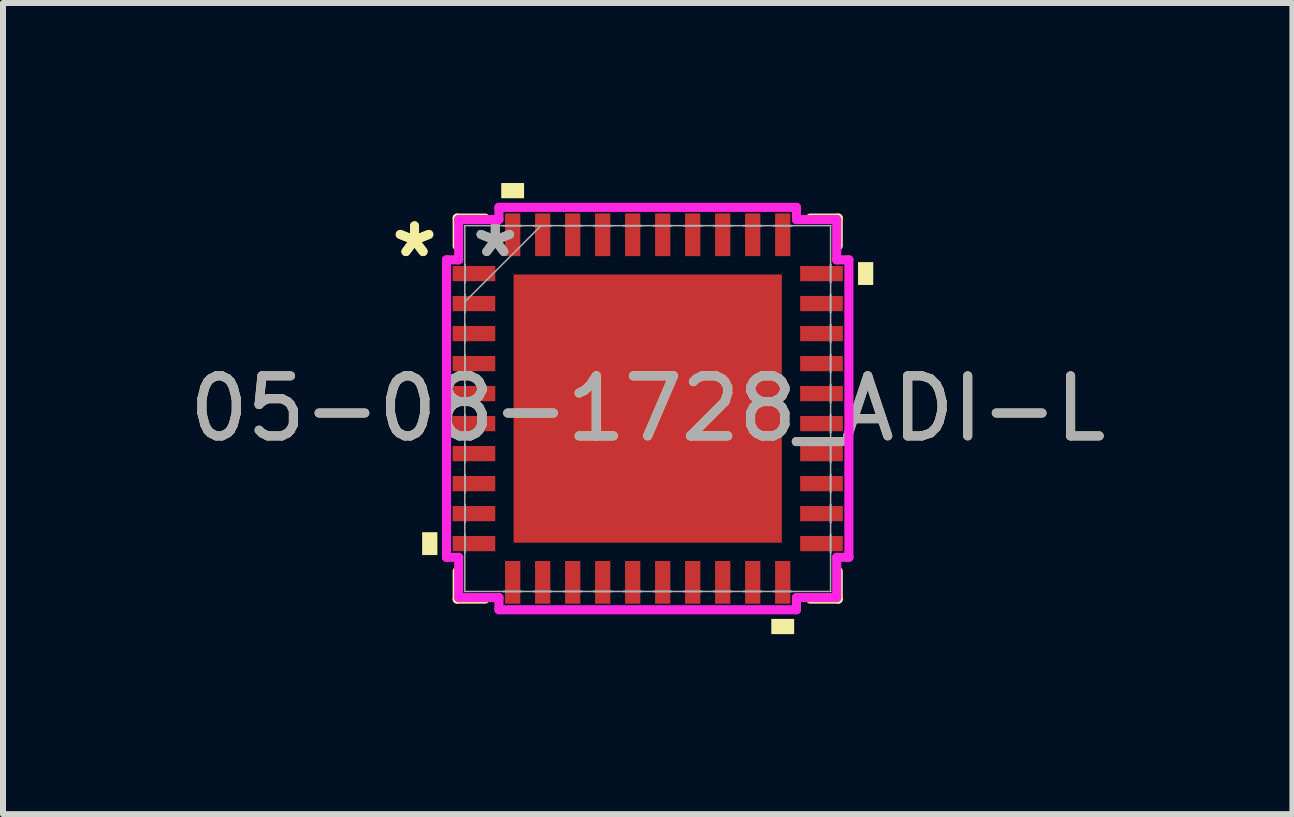
<source format=kicad_pcb>
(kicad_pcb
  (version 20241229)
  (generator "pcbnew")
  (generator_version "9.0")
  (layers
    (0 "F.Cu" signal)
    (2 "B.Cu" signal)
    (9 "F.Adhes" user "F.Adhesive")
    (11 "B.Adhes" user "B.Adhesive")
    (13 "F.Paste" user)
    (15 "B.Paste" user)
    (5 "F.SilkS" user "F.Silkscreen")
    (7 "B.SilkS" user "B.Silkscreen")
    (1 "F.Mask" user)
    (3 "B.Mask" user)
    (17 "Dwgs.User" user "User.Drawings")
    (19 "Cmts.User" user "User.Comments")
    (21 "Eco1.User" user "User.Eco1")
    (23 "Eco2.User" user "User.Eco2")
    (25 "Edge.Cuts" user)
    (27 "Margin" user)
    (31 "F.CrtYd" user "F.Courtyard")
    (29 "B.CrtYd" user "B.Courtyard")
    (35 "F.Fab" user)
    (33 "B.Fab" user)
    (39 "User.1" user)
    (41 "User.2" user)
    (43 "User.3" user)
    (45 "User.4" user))
  (footprint "05-08-1728_ADI-L"
    (layer "F.Cu")
    (at 7.744 3.759)
    (property "Reference" "05-08-1728_ADI-L" (at 0 0 0) (unlocked yes) (layer "F.SilkS") (effects (font (size 1 1) (thickness 0.15))))
    (attr smd)
    (fp_line (start -3.175 -3.175) (end -3.175 -2.71) (stroke (width 0.152) (type solid)) (layer "F.SilkS"))
    (fp_line (start -3.175 2.71) (end -3.175 3.175) (stroke (width 0.152) (type solid)) (layer "F.SilkS"))
    (fp_line (start -3.175 3.175) (end -2.71 3.175) (stroke (width 0.152) (type solid)) (layer "F.SilkS"))
    (fp_line (start -2.71 -3.175) (end -3.175 -3.175) (stroke (width 0.152) (type solid)) (layer "F.SilkS"))
    (fp_line (start 2.71 3.175) (end 3.175 3.175) (stroke (width 0.152) (type solid)) (layer "F.SilkS"))
    (fp_line (start 3.175 -3.175) (end 2.71 -3.175) (stroke (width 0.152) (type solid)) (layer "F.SilkS"))
    (fp_line (start 3.175 -2.71) (end 3.175 -3.175) (stroke (width 0.152) (type solid)) (layer "F.SilkS"))
    (fp_line (start 3.175 3.175) (end 3.175 2.71) (stroke (width 0.152) (type solid)) (layer "F.SilkS"))
    (fp_poly (pts (xy -3.759 2.06) (xy -3.759 2.441) (xy -3.505 2.441) (xy -3.505 2.06)) (stroke (width 0) (type solid)) (fill yes) (layer "F.SilkS"))
    (fp_poly (pts (xy -2.441 -3.505) (xy -2.441 -3.759) (xy -2.06 -3.759) (xy -2.06 -3.505)) (stroke (width 0) (type solid)) (fill yes) (layer "F.SilkS"))
    (fp_poly (pts (xy 2.06 3.505) (xy 2.06 3.759) (xy 2.441 3.759) (xy 2.441 3.505)) (stroke (width 0) (type solid)) (fill yes) (layer "F.SilkS"))
    (fp_poly (pts (xy 3.759 -2.441) (xy 3.759 -2.06) (xy 3.505 -2.06) (xy 3.505 -2.441)) (stroke (width 0) (type solid)) (fill yes) (layer "F.SilkS"))
    (fp_poly (pts (xy -2.135 -2.135) (xy -2.135 -0.845) (xy -0.845 -0.845) (xy -0.845 -2.135)) (stroke (width 0) (type solid)) (fill yes) (layer "F.Paste"))
    (fp_poly (pts (xy -2.135 -0.645) (xy -2.135 0.645) (xy -0.845 0.645) (xy -0.845 -0.645)) (stroke (width 0) (type solid)) (fill yes) (layer "F.Paste"))
    (fp_poly (pts (xy -2.135 0.845) (xy -2.135 2.135) (xy -0.845 2.135) (xy -0.845 0.845)) (stroke (width 0) (type solid)) (fill yes) (layer "F.Paste"))
    (fp_poly (pts (xy -0.645 -2.135) (xy -0.645 -0.845) (xy 0.645 -0.845) (xy 0.645 -2.135)) (stroke (width 0) (type solid)) (fill yes) (layer "F.Paste"))
    (fp_poly (pts (xy -0.645 -0.645) (xy -0.645 0.645) (xy 0.645 0.645) (xy 0.645 -0.645)) (stroke (width 0) (type solid)) (fill yes) (layer "F.Paste"))
    (fp_poly (pts (xy -0.645 0.845) (xy -0.645 2.135) (xy 0.645 2.135) (xy 0.645 0.845)) (stroke (width 0) (type solid)) (fill yes) (layer "F.Paste"))
    (fp_poly (pts (xy 0.845 -2.135) (xy 0.845 -0.845) (xy 2.135 -0.845) (xy 2.135 -2.135)) (stroke (width 0) (type solid)) (fill yes) (layer "F.Paste"))
    (fp_poly (pts (xy 0.845 -0.645) (xy 0.845 0.645) (xy 2.135 0.645) (xy 2.135 -0.645)) (stroke (width 0) (type solid)) (fill yes) (layer "F.Paste"))
    (fp_poly (pts (xy 0.845 0.845) (xy 0.845 2.135) (xy 2.135 2.135) (xy 2.135 0.845)) (stroke (width 0) (type solid)) (fill yes) (layer "F.Paste"))
    (fp_line (start -3.353 -2.479) (end -3.15 -2.479) (stroke (width 0.152) (type solid)) (layer "F.CrtYd"))
    (fp_line (start -3.353 2.479) (end -3.353 -2.479) (stroke (width 0.152) (type solid)) (layer "F.CrtYd"))
    (fp_line (start -3.15 -3.15) (end -2.479 -3.15) (stroke (width 0.152) (type solid)) (layer "F.CrtYd"))
    (fp_line (start -3.15 -2.479) (end -3.15 -3.15) (stroke (width 0.152) (type solid)) (layer "F.CrtYd"))
    (fp_line (start -3.15 2.479) (end -3.353 2.479) (stroke (width 0.152) (type solid)) (layer "F.CrtYd"))
    (fp_line (start -3.15 3.15) (end -3.15 2.479) (stroke (width 0.152) (type solid)) (layer "F.CrtYd"))
    (fp_line (start -2.479 -3.353) (end 2.479 -3.353) (stroke (width 0.152) (type solid)) (layer "F.CrtYd"))
    (fp_line (start -2.479 -3.15) (end -2.479 -3.353) (stroke (width 0.152) (type solid)) (layer "F.CrtYd"))
    (fp_line (start -2.479 3.15) (end -3.15 3.15) (stroke (width 0.152) (type solid)) (layer "F.CrtYd"))
    (fp_line (start -2.479 3.353) (end -2.479 3.15) (stroke (width 0.152) (type solid)) (layer "F.CrtYd"))
    (fp_line (start 2.479 -3.353) (end 2.479 -3.15) (stroke (width 0.152) (type solid)) (layer "F.CrtYd"))
    (fp_line (start 2.479 -3.15) (end 3.15 -3.15) (stroke (width 0.152) (type solid)) (layer "F.CrtYd"))
    (fp_line (start 2.479 3.15) (end 2.479 3.353) (stroke (width 0.152) (type solid)) (layer "F.CrtYd"))
    (fp_line (start 2.479 3.353) (end -2.479 3.353) (stroke (width 0.152) (type solid)) (layer "F.CrtYd"))
    (fp_line (start 3.15 -3.15) (end 3.15 -2.479) (stroke (width 0.152) (type solid)) (layer "F.CrtYd"))
    (fp_line (start 3.15 -2.479) (end 3.353 -2.479) (stroke (width 0.152) (type solid)) (layer "F.CrtYd"))
    (fp_line (start 3.15 2.479) (end 3.15 3.15) (stroke (width 0.152) (type solid)) (layer "F.CrtYd"))
    (fp_line (start 3.15 3.15) (end 2.479 3.15) (stroke (width 0.152) (type solid)) (layer "F.CrtYd"))
    (fp_line (start 3.353 -2.479) (end 3.353 2.479) (stroke (width 0.152) (type solid)) (layer "F.CrtYd"))
    (fp_line (start 3.353 2.479) (end 3.15 2.479) (stroke (width 0.152) (type solid)) (layer "F.CrtYd"))
    (fp_line (start -3.048 -3.048) (end -3.048 -3.048) (stroke (width 0.025) (type solid)) (layer "F.Fab"))
    (fp_line (start -3.048 -3.048) (end -3.048 3.048) (stroke (width 0.025) (type solid)) (layer "F.Fab"))
    (fp_line (start -3.048 -2.402) (end -3.048 -2.402) (stroke (width 0.025) (type solid)) (layer "F.Fab"))
    (fp_line (start -3.048 -2.402) (end -3.048 -2.098) (stroke (width 0.025) (type solid)) (layer "F.Fab"))
    (fp_line (start -3.048 -2.098) (end -3.048 -2.402) (stroke (width 0.025) (type solid)) (layer "F.Fab"))
    (fp_line (start -3.048 -2.098) (end -3.048 -2.098) (stroke (width 0.025) (type solid)) (layer "F.Fab"))
    (fp_line (start -3.048 -1.902) (end -3.048 -1.902) (stroke (width 0.025) (type solid)) (layer "F.Fab"))
    (fp_line (start -3.048 -1.902) (end -3.048 -1.598) (stroke (width 0.025) (type solid)) (layer "F.Fab"))
    (fp_line (start -3.048 -1.778) (end -1.778 -3.048) (stroke (width 0.025) (type solid)) (layer "F.Fab"))
    (fp_line (start -3.048 -1.598) (end -3.048 -1.902) (stroke (width 0.025) (type solid)) (layer "F.Fab"))
    (fp_line (start -3.048 -1.598) (end -3.048 -1.598) (stroke (width 0.025) (type solid)) (layer "F.Fab"))
    (fp_line (start -3.048 -1.402) (end -3.048 -1.402) (stroke (width 0.025) (type solid)) (layer "F.Fab"))
    (fp_line (start -3.048 -1.402) (end -3.048 -1.098) (stroke (width 0.025) (type solid)) (layer "F.Fab"))
    (fp_line (start -3.048 -1.098) (end -3.048 -1.402) (stroke (width 0.025) (type solid)) (layer "F.Fab"))
    (fp_line (start -3.048 -1.098) (end -3.048 -1.098) (stroke (width 0.025) (type solid)) (layer "F.Fab"))
    (fp_line (start -3.048 -0.902) (end -3.048 -0.902) (stroke (width 0.025) (type solid)) (layer "F.Fab"))
    (fp_line (start -3.048 -0.902) (end -3.048 -0.598) (stroke (width 0.025) (type solid)) (layer "F.Fab"))
    (fp_line (start -3.048 -0.598) (end -3.048 -0.902) (stroke (width 0.025) (type solid)) (layer "F.Fab"))
    (fp_line (start -3.048 -0.598) (end -3.048 -0.598) (stroke (width 0.025) (type solid)) (layer "F.Fab"))
    (fp_line (start -3.048 -0.402) (end -3.048 -0.402) (stroke (width 0.025) (type solid)) (layer "F.Fab"))
    (fp_line (start -3.048 -0.402) (end -3.048 -0.098) (stroke (width 0.025) (type solid)) (layer "F.Fab"))
    (fp_line (start -3.048 -0.098) (end -3.048 -0.402) (stroke (width 0.025) (type solid)) (layer "F.Fab"))
    (fp_line (start -3.048 -0.098) (end -3.048 -0.098) (stroke (width 0.025) (type solid)) (layer "F.Fab"))
    (fp_line (start -3.048 0.098) (end -3.048 0.098) (stroke (width 0.025) (type solid)) (layer "F.Fab"))
    (fp_line (start -3.048 0.098) (end -3.048 0.402) (stroke (width 0.025) (type solid)) (layer "F.Fab"))
    (fp_line (start -3.048 0.402) (end -3.048 0.098) (stroke (width 0.025) (type solid)) (layer "F.Fab"))
    (fp_line (start -3.048 0.402) (end -3.048 0.402) (stroke (width 0.025) (type solid)) (layer "F.Fab"))
    (fp_line (start -3.048 0.598) (end -3.048 0.598) (stroke (width 0.025) (type solid)) (layer "F.Fab"))
    (fp_line (start -3.048 0.598) (end -3.048 0.902) (stroke (width 0.025) (type solid)) (layer "F.Fab"))
    (fp_line (start -3.048 0.902) (end -3.048 0.598) (stroke (width 0.025) (type solid)) (layer "F.Fab"))
    (fp_line (start -3.048 0.902) (end -3.048 0.902) (stroke (width 0.025) (type solid)) (layer "F.Fab"))
    (fp_line (start -3.048 1.098) (end -3.048 1.098) (stroke (width 0.025) (type solid)) (layer "F.Fab"))
    (fp_line (start -3.048 1.098) (end -3.048 1.402) (stroke (width 0.025) (type solid)) (layer "F.Fab"))
    (fp_line (start -3.048 1.402) (end -3.048 1.098) (stroke (width 0.025) (type solid)) (layer "F.Fab"))
    (fp_line (start -3.048 1.402) (end -3.048 1.402) (stroke (width 0.025) (type solid)) (layer "F.Fab"))
    (fp_line (start -3.048 1.598) (end -3.048 1.598) (stroke (width 0.025) (type solid)) (layer "F.Fab"))
    (fp_line (start -3.048 1.598) (end -3.048 1.902) (stroke (width 0.025) (type solid)) (layer "F.Fab"))
    (fp_line (start -3.048 1.902) (end -3.048 1.598) (stroke (width 0.025) (type solid)) (layer "F.Fab"))
    (fp_line (start -3.048 1.902) (end -3.048 1.902) (stroke (width 0.025) (type solid)) (layer "F.Fab"))
    (fp_line (start -3.048 2.098) (end -3.048 2.098) (stroke (width 0.025) (type solid)) (layer "F.Fab"))
    (fp_line (start -3.048 2.098) (end -3.048 2.402) (stroke (width 0.025) (type solid)) (layer "F.Fab"))
    (fp_line (start -3.048 2.402) (end -3.048 2.098) (stroke (width 0.025) (type solid)) (layer "F.Fab"))
    (fp_line (start -3.048 2.402) (end -3.048 2.402) (stroke (width 0.025) (type solid)) (layer "F.Fab"))
    (fp_line (start -3.048 3.048) (end -3.048 3.048) (stroke (width 0.025) (type solid)) (layer "F.Fab"))
    (fp_line (start -3.048 3.048) (end 3.048 3.048) (stroke (width 0.025) (type solid)) (layer "F.Fab"))
    (fp_line (start -2.402 -3.048) (end -2.402 -3.048) (stroke (width 0.025) (type solid)) (layer "F.Fab"))
    (fp_line (start -2.402 -3.048) (end -2.098 -3.048) (stroke (width 0.025) (type solid)) (layer "F.Fab"))
    (fp_line (start -2.402 3.048) (end -2.402 3.048) (stroke (width 0.025) (type solid)) (layer "F.Fab"))
    (fp_line (start -2.402 3.048) (end -2.098 3.048) (stroke (width 0.025) (type solid)) (layer "F.Fab"))
    (fp_line (start -2.098 -3.048) (end -2.402 -3.048) (stroke (width 0.025) (type solid)) (layer "F.Fab"))
    (fp_line (start -2.098 -3.048) (end -2.098 -3.048) (stroke (width 0.025) (type solid)) (layer "F.Fab"))
    (fp_line (start -2.098 3.048) (end -2.402 3.048) (stroke (width 0.025) (type solid)) (layer "F.Fab"))
    (fp_line (start -2.098 3.048) (end -2.098 3.048) (stroke (width 0.025) (type solid)) (layer "F.Fab"))
    (fp_line (start -1.902 -3.048) (end -1.902 -3.048) (stroke (width 0.025) (type solid)) (layer "F.Fab"))
    (fp_line (start -1.902 -3.048) (end -1.598 -3.048) (stroke (width 0.025) (type solid)) (layer "F.Fab"))
    (fp_line (start -1.902 3.048) (end -1.902 3.048) (stroke (width 0.025) (type solid)) (layer "F.Fab"))
    (fp_line (start -1.902 3.048) (end -1.598 3.048) (stroke (width 0.025) (type solid)) (layer "F.Fab"))
    (fp_line (start -1.598 -3.048) (end -1.902 -3.048) (stroke (width 0.025) (type solid)) (layer "F.Fab"))
    (fp_line (start -1.598 -3.048) (end -1.598 -3.048) (stroke (width 0.025) (type solid)) (layer "F.Fab"))
    (fp_line (start -1.598 3.048) (end -1.902 3.048) (stroke (width 0.025) (type solid)) (layer "F.Fab"))
    (fp_line (start -1.598 3.048) (end -1.598 3.048) (stroke (width 0.025) (type solid)) (layer "F.Fab"))
    (fp_line (start -1.402 -3.048) (end -1.402 -3.048) (stroke (width 0.025) (type solid)) (layer "F.Fab"))
    (fp_line (start -1.402 -3.048) (end -1.098 -3.048) (stroke (width 0.025) (type solid)) (layer "F.Fab"))
    (fp_line (start -1.402 3.048) (end -1.402 3.048) (stroke (width 0.025) (type solid)) (layer "F.Fab"))
    (fp_line (start -1.402 3.048) (end -1.098 3.048) (stroke (width 0.025) (type solid)) (layer "F.Fab"))
    (fp_line (start -1.098 -3.048) (end -1.402 -3.048) (stroke (width 0.025) (type solid)) (layer "F.Fab"))
    (fp_line (start -1.098 -3.048) (end -1.098 -3.048) (stroke (width 0.025) (type solid)) (layer "F.Fab"))
    (fp_line (start -1.098 3.048) (end -1.402 3.048) (stroke (width 0.025) (type solid)) (layer "F.Fab"))
    (fp_line (start -1.098 3.048) (end -1.098 3.048) (stroke (width 0.025) (type solid)) (layer "F.Fab"))
    (fp_line (start -0.902 -3.048) (end -0.902 -3.048) (stroke (width 0.025) (type solid)) (layer "F.Fab"))
    (fp_line (start -0.902 -3.048) (end -0.598 -3.048) (stroke (width 0.025) (type solid)) (layer "F.Fab"))
    (fp_line (start -0.902 3.048) (end -0.902 3.048) (stroke (width 0.025) (type solid)) (layer "F.Fab"))
    (fp_line (start -0.902 3.048) (end -0.598 3.048) (stroke (width 0.025) (type solid)) (layer "F.Fab"))
    (fp_line (start -0.598 -3.048) (end -0.902 -3.048) (stroke (width 0.025) (type solid)) (layer "F.Fab"))
    (fp_line (start -0.598 -3.048) (end -0.598 -3.048) (stroke (width 0.025) (type solid)) (layer "F.Fab"))
    (fp_line (start -0.598 3.048) (end -0.902 3.048) (stroke (width 0.025) (type solid)) (layer "F.Fab"))
    (fp_line (start -0.598 3.048) (end -0.598 3.048) (stroke (width 0.025) (type solid)) (layer "F.Fab"))
    (fp_line (start -0.402 -3.048) (end -0.402 -3.048) (stroke (width 0.025) (type solid)) (layer "F.Fab"))
    (fp_line (start -0.402 -3.048) (end -0.098 -3.048) (stroke (width 0.025) (type solid)) (layer "F.Fab"))
    (fp_line (start -0.402 3.048) (end -0.402 3.048) (stroke (width 0.025) (type solid)) (layer "F.Fab"))
    (fp_line (start -0.402 3.048) (end -0.098 3.048) (stroke (width 0.025) (type solid)) (layer "F.Fab"))
    (fp_line (start -0.098 -3.048) (end -0.402 -3.048) (stroke (width 0.025) (type solid)) (layer "F.Fab"))
    (fp_line (start -0.098 -3.048) (end -0.098 -3.048) (stroke (width 0.025) (type solid)) (layer "F.Fab"))
    (fp_line (start -0.098 3.048) (end -0.402 3.048) (stroke (width 0.025) (type solid)) (layer "F.Fab"))
    (fp_line (start -0.098 3.048) (end -0.098 3.048) (stroke (width 0.025) (type solid)) (layer "F.Fab"))
    (fp_line (start 0.098 -3.048) (end 0.098 -3.048) (stroke (width 0.025) (type solid)) (layer "F.Fab"))
    (fp_line (start 0.098 -3.048) (end 0.402 -3.048) (stroke (width 0.025) (type solid)) (layer "F.Fab"))
    (fp_line (start 0.098 3.048) (end 0.098 3.048) (stroke (width 0.025) (type solid)) (layer "F.Fab"))
    (fp_line (start 0.098 3.048) (end 0.402 3.048) (stroke (width 0.025) (type solid)) (layer "F.Fab"))
    (fp_line (start 0.402 -3.048) (end 0.098 -3.048) (stroke (width 0.025) (type solid)) (layer "F.Fab"))
    (fp_line (start 0.402 -3.048) (end 0.402 -3.048) (stroke (width 0.025) (type solid)) (layer "F.Fab"))
    (fp_line (start 0.402 3.048) (end 0.098 3.048) (stroke (width 0.025) (type solid)) (layer "F.Fab"))
    (fp_line (start 0.402 3.048) (end 0.402 3.048) (stroke (width 0.025) (type solid)) (layer "F.Fab"))
    (fp_line (start 0.598 -3.048) (end 0.598 -3.048) (stroke (width 0.025) (type solid)) (layer "F.Fab"))
    (fp_line (start 0.598 -3.048) (end 0.902 -3.048) (stroke (width 0.025) (type solid)) (layer "F.Fab"))
    (fp_line (start 0.598 3.048) (end 0.598 3.048) (stroke (width 0.025) (type solid)) (layer "F.Fab"))
    (fp_line (start 0.598 3.048) (end 0.902 3.048) (stroke (width 0.025) (type solid)) (layer "F.Fab"))
    (fp_line (start 0.902 -3.048) (end 0.598 -3.048) (stroke (width 0.025) (type solid)) (layer "F.Fab"))
    (fp_line (start 0.902 -3.048) (end 0.902 -3.048) (stroke (width 0.025) (type solid)) (layer "F.Fab"))
    (fp_line (start 0.902 3.048) (end 0.598 3.048) (stroke (width 0.025) (type solid)) (layer "F.Fab"))
    (fp_line (start 0.902 3.048) (end 0.902 3.048) (stroke (width 0.025) (type solid)) (layer "F.Fab"))
    (fp_line (start 1.098 -3.048) (end 1.098 -3.048) (stroke (width 0.025) (type solid)) (layer "F.Fab"))
    (fp_line (start 1.098 -3.048) (end 1.402 -3.048) (stroke (width 0.025) (type solid)) (layer "F.Fab"))
    (fp_line (start 1.098 3.048) (end 1.098 3.048) (stroke (width 0.025) (type solid)) (layer "F.Fab"))
    (fp_line (start 1.098 3.048) (end 1.402 3.048) (stroke (width 0.025) (type solid)) (layer "F.Fab"))
    (fp_line (start 1.402 -3.048) (end 1.098 -3.048) (stroke (width 0.025) (type solid)) (layer "F.Fab"))
    (fp_line (start 1.402 -3.048) (end 1.402 -3.048) (stroke (width 0.025) (type solid)) (layer "F.Fab"))
    (fp_line (start 1.402 3.048) (end 1.098 3.048) (stroke (width 0.025) (type solid)) (layer "F.Fab"))
    (fp_line (start 1.402 3.048) (end 1.402 3.048) (stroke (width 0.025) (type solid)) (layer "F.Fab"))
    (fp_line (start 1.598 -3.048) (end 1.598 -3.048) (stroke (width 0.025) (type solid)) (layer "F.Fab"))
    (fp_line (start 1.598 -3.048) (end 1.902 -3.048) (stroke (width 0.025) (type solid)) (layer "F.Fab"))
    (fp_line (start 1.598 3.048) (end 1.598 3.048) (stroke (width 0.025) (type solid)) (layer "F.Fab"))
    (fp_line (start 1.598 3.048) (end 1.902 3.048) (stroke (width 0.025) (type solid)) (layer "F.Fab"))
    (fp_line (start 1.902 -3.048) (end 1.598 -3.048) (stroke (width 0.025) (type solid)) (layer "F.Fab"))
    (fp_line (start 1.902 -3.048) (end 1.902 -3.048) (stroke (width 0.025) (type solid)) (layer "F.Fab"))
    (fp_line (start 1.902 3.048) (end 1.598 3.048) (stroke (width 0.025) (type solid)) (layer "F.Fab"))
    (fp_line (start 1.902 3.048) (end 1.902 3.048) (stroke (width 0.025) (type solid)) (layer "F.Fab"))
    (fp_line (start 2.098 -3.048) (end 2.098 -3.048) (stroke (width 0.025) (type solid)) (layer "F.Fab"))
    (fp_line (start 2.098 -3.048) (end 2.402 -3.048) (stroke (width 0.025) (type solid)) (layer "F.Fab"))
    (fp_line (start 2.098 3.048) (end 2.098 3.048) (stroke (width 0.025) (type solid)) (layer "F.Fab"))
    (fp_line (start 2.098 3.048) (end 2.402 3.048) (stroke (width 0.025) (type solid)) (layer "F.Fab"))
    (fp_line (start 2.402 -3.048) (end 2.098 -3.048) (stroke (width 0.025) (type solid)) (layer "F.Fab"))
    (fp_line (start 2.402 -3.048) (end 2.402 -3.048) (stroke (width 0.025) (type solid)) (layer "F.Fab"))
    (fp_line (start 2.402 3.048) (end 2.098 3.048) (stroke (width 0.025) (type solid)) (layer "F.Fab"))
    (fp_line (start 2.402 3.048) (end 2.402 3.048) (stroke (width 0.025) (type solid)) (layer "F.Fab"))
    (fp_line (start 3.048 -3.048) (end -3.048 -3.048) (stroke (width 0.025) (type solid)) (layer "F.Fab"))
    (fp_line (start 3.048 -3.048) (end 3.048 -3.048) (stroke (width 0.025) (type solid)) (layer "F.Fab"))
    (fp_line (start 3.048 -2.402) (end 3.048 -2.402) (stroke (width 0.025) (type solid)) (layer "F.Fab"))
    (fp_line (start 3.048 -2.402) (end 3.048 -2.098) (stroke (width 0.025) (type solid)) (layer "F.Fab"))
    (fp_line (start 3.048 -2.098) (end 3.048 -2.402) (stroke (width 0.025) (type solid)) (layer "F.Fab"))
    (fp_line (start 3.048 -2.098) (end 3.048 -2.098) (stroke (width 0.025) (type solid)) (layer "F.Fab"))
    (fp_line (start 3.048 -1.902) (end 3.048 -1.902) (stroke (width 0.025) (type solid)) (layer "F.Fab"))
    (fp_line (start 3.048 -1.902) (end 3.048 -1.598) (stroke (width 0.025) (type solid)) (layer "F.Fab"))
    (fp_line (start 3.048 -1.598) (end 3.048 -1.902) (stroke (width 0.025) (type solid)) (layer "F.Fab"))
    (fp_line (start 3.048 -1.598) (end 3.048 -1.598) (stroke (width 0.025) (type solid)) (layer "F.Fab"))
    (fp_line (start 3.048 -1.402) (end 3.048 -1.402) (stroke (width 0.025) (type solid)) (layer "F.Fab"))
    (fp_line (start 3.048 -1.402) (end 3.048 -1.098) (stroke (width 0.025) (type solid)) (layer "F.Fab"))
    (fp_line (start 3.048 -1.098) (end 3.048 -1.402) (stroke (width 0.025) (type solid)) (layer "F.Fab"))
    (fp_line (start 3.048 -1.098) (end 3.048 -1.098) (stroke (width 0.025) (type solid)) (layer "F.Fab"))
    (fp_line (start 3.048 -0.902) (end 3.048 -0.902) (stroke (width 0.025) (type solid)) (layer "F.Fab"))
    (fp_line (start 3.048 -0.902) (end 3.048 -0.598) (stroke (width 0.025) (type solid)) (layer "F.Fab"))
    (fp_line (start 3.048 -0.598) (end 3.048 -0.902) (stroke (width 0.025) (type solid)) (layer "F.Fab"))
    (fp_line (start 3.048 -0.598) (end 3.048 -0.598) (stroke (width 0.025) (type solid)) (layer "F.Fab"))
    (fp_line (start 3.048 -0.402) (end 3.048 -0.402) (stroke (width 0.025) (type solid)) (layer "F.Fab"))
    (fp_line (start 3.048 -0.402) (end 3.048 -0.098) (stroke (width 0.025) (type solid)) (layer "F.Fab"))
    (fp_line (start 3.048 -0.098) (end 3.048 -0.402) (stroke (width 0.025) (type solid)) (layer "F.Fab"))
    (fp_line (start 3.048 -0.098) (end 3.048 -0.098) (stroke (width 0.025) (type solid)) (layer "F.Fab"))
    (fp_line (start 3.048 0.098) (end 3.048 0.098) (stroke (width 0.025) (type solid)) (layer "F.Fab"))
    (fp_line (start 3.048 0.098) (end 3.048 0.402) (stroke (width 0.025) (type solid)) (layer "F.Fab"))
    (fp_line (start 3.048 0.402) (end 3.048 0.098) (stroke (width 0.025) (type solid)) (layer "F.Fab"))
    (fp_line (start 3.048 0.402) (end 3.048 0.402) (stroke (width 0.025) (type solid)) (layer "F.Fab"))
    (fp_line (start 3.048 0.598) (end 3.048 0.598) (stroke (width 0.025) (type solid)) (layer "F.Fab"))
    (fp_line (start 3.048 0.598) (end 3.048 0.902) (stroke (width 0.025) (type solid)) (layer "F.Fab"))
    (fp_line (start 3.048 0.902) (end 3.048 0.598) (stroke (width 0.025) (type solid)) (layer "F.Fab"))
    (fp_line (start 3.048 0.902) (end 3.048 0.902) (stroke (width 0.025) (type solid)) (layer "F.Fab"))
    (fp_line (start 3.048 1.098) (end 3.048 1.098) (stroke (width 0.025) (type solid)) (layer "F.Fab"))
    (fp_line (start 3.048 1.098) (end 3.048 1.402) (stroke (width 0.025) (type solid)) (layer "F.Fab"))
    (fp_line (start 3.048 1.402) (end 3.048 1.098) (stroke (width 0.025) (type solid)) (layer "F.Fab"))
    (fp_line (start 3.048 1.402) (end 3.048 1.402) (stroke (width 0.025) (type solid)) (layer "F.Fab"))
    (fp_line (start 3.048 1.598) (end 3.048 1.598) (stroke (width 0.025) (type solid)) (layer "F.Fab"))
    (fp_line (start 3.048 1.598) (end 3.048 1.902) (stroke (width 0.025) (type solid)) (layer "F.Fab"))
    (fp_line (start 3.048 1.902) (end 3.048 1.598) (stroke (width 0.025) (type solid)) (layer "F.Fab"))
    (fp_line (start 3.048 1.902) (end 3.048 1.902) (stroke (width 0.025) (type solid)) (layer "F.Fab"))
    (fp_line (start 3.048 2.098) (end 3.048 2.098) (stroke (width 0.025) (type solid)) (layer "F.Fab"))
    (fp_line (start 3.048 2.098) (end 3.048 2.402) (stroke (width 0.025) (type solid)) (layer "F.Fab"))
    (fp_line (start 3.048 2.402) (end 3.048 2.098) (stroke (width 0.025) (type solid)) (layer "F.Fab"))
    (fp_line (start 3.048 2.402) (end 3.048 2.402) (stroke (width 0.025) (type solid)) (layer "F.Fab"))
    (fp_line (start 3.048 3.048) (end 3.048 -3.048) (stroke (width 0.025) (type solid)) (layer "F.Fab"))
    (fp_line (start 3.048 3.048) (end 3.048 3.048) (stroke (width 0.025) (type solid)) (layer "F.Fab"))
    (fp_text user "*" (at -3.886 -2.5 0) (layer "F.SilkS") (effects (font (size 1 1) (thickness 0.15))))
    (fp_text user "*" (at -3.886 -2.5 0) (unlocked yes) (layer "F.SilkS") (effects (font (size 1 1) (thickness 0.15))))
    (fp_text user "${REFERENCE}" (at 0 0 0) (unlocked yes) (layer "F.Fab") (effects (font (size 1 1) (thickness 0.15))))
    (fp_text user "*" (at -2.54 -2.5 0) (layer "F.Fab") (effects (font (size 1 1) (thickness 0.15))))
    (fp_text user "*" (at -2.54 -2.5 0) (unlocked yes) (layer "F.Fab") (effects (font (size 1 1) (thickness 0.15))))
    (pad "1" smd rect (at -2.896 -2.25 90) (size 0.254 0.711) (layers "F.Cu" "F.Mask" "F.Paste"))
    (pad "2" smd rect (at -2.896 -1.75 90) (size 0.254 0.711) (layers "F.Cu" "F.Mask" "F.Paste"))
    (pad "3" smd rect (at -2.896 -1.25 90) (size 0.254 0.711) (layers "F.Cu" "F.Mask" "F.Paste"))
    (pad "4" smd rect (at -2.896 -0.75 90) (size 0.254 0.711) (layers "F.Cu" "F.Mask" "F.Paste"))
    (pad "5" smd rect (at -2.896 -0.25 90) (size 0.254 0.711) (layers "F.Cu" "F.Mask" "F.Paste"))
    (pad "6" smd rect (at -2.896 0.25 90) (size 0.254 0.711) (layers "F.Cu" "F.Mask" "F.Paste"))
    (pad "7" smd rect (at -2.896 0.75 90) (size 0.254 0.711) (layers "F.Cu" "F.Mask" "F.Paste"))
    (pad "8" smd rect (at -2.896 1.25 90) (size 0.254 0.711) (layers "F.Cu" "F.Mask" "F.Paste"))
    (pad "9" smd rect (at -2.896 1.75 90) (size 0.254 0.711) (layers "F.Cu" "F.Mask" "F.Paste"))
    (pad "10" smd rect (at -2.896 2.25 90) (size 0.254 0.711) (layers "F.Cu" "F.Mask" "F.Paste"))
    (pad "11" smd rect (at -2.25 2.896) (size 0.254 0.711) (layers "F.Cu" "F.Mask" "F.Paste"))
    (pad "12" smd rect (at -1.75 2.896) (size 0.254 0.711) (layers "F.Cu" "F.Mask" "F.Paste"))
    (pad "13" smd rect (at -1.25 2.896) (size 0.254 0.711) (layers "F.Cu" "F.Mask" "F.Paste"))
    (pad "14" smd rect (at -0.75 2.896) (size 0.254 0.711) (layers "F.Cu" "F.Mask" "F.Paste"))
    (pad "15" smd rect (at -0.25 2.896) (size 0.254 0.711) (layers "F.Cu" "F.Mask" "F.Paste"))
    (pad "16" smd rect (at 0.25 2.896) (size 0.254 0.711) (layers "F.Cu" "F.Mask" "F.Paste"))
    (pad "17" smd rect (at 0.75 2.896) (size 0.254 0.711) (layers "F.Cu" "F.Mask" "F.Paste"))
    (pad "18" smd rect (at 1.25 2.896) (size 0.254 0.711) (layers "F.Cu" "F.Mask" "F.Paste"))
    (pad "19" smd rect (at 1.75 2.896) (size 0.254 0.711) (layers "F.Cu" "F.Mask" "F.Paste"))
    (pad "20" smd rect (at 2.25 2.896) (size 0.254 0.711) (layers "F.Cu" "F.Mask" "F.Paste"))
    (pad "21" smd rect (at 2.896 2.25 90) (size 0.254 0.711) (layers "F.Cu" "F.Mask" "F.Paste"))
    (pad "22" smd rect (at 2.896 1.75 90) (size 0.254 0.711) (layers "F.Cu" "F.Mask" "F.Paste"))
    (pad "23" smd rect (at 2.896 1.25 90) (size 0.254 0.711) (layers "F.Cu" "F.Mask" "F.Paste"))
    (pad "24" smd rect (at 2.896 0.75 90) (size 0.254 0.711) (layers "F.Cu" "F.Mask" "F.Paste"))
    (pad "25" smd rect (at 2.896 0.25 90) (size 0.254 0.711) (layers "F.Cu" "F.Mask" "F.Paste"))
    (pad "26" smd rect (at 2.896 -0.25 90) (size 0.254 0.711) (layers "F.Cu" "F.Mask" "F.Paste"))
    (pad "27" smd rect (at 2.896 -0.75 90) (size 0.254 0.711) (layers "F.Cu" "F.Mask" "F.Paste"))
    (pad "28" smd rect (at 2.896 -1.25 90) (size 0.254 0.711) (layers "F.Cu" "F.Mask" "F.Paste"))
    (pad "29" smd rect (at 2.896 -1.75 90) (size 0.254 0.711) (layers "F.Cu" "F.Mask" "F.Paste"))
    (pad "30" smd rect (at 2.896 -2.25 90) (size 0.254 0.711) (layers "F.Cu" "F.Mask" "F.Paste"))
    (pad "31" smd rect (at 2.25 -2.896) (size 0.254 0.711) (layers "F.Cu" "F.Mask" "F.Paste"))
    (pad "32" smd rect (at 1.75 -2.896) (size 0.254 0.711) (layers "F.Cu" "F.Mask" "F.Paste"))
    (pad "33" smd rect (at 1.25 -2.896) (size 0.254 0.711) (layers "F.Cu" "F.Mask" "F.Paste"))
    (pad "34" smd rect (at 0.75 -2.896) (size 0.254 0.711) (layers "F.Cu" "F.Mask" "F.Paste"))
    (pad "35" smd rect (at 0.25 -2.896) (size 0.254 0.711) (layers "F.Cu" "F.Mask" "F.Paste"))
    (pad "36" smd rect (at -0.25 -2.896) (size 0.254 0.711) (layers "F.Cu" "F.Mask" "F.Paste"))
    (pad "37" smd rect (at -0.75 -2.896) (size 0.254 0.711) (layers "F.Cu" "F.Mask" "F.Paste"))
    (pad "38" smd rect (at -1.25 -2.896) (size 0.254 0.711) (layers "F.Cu" "F.Mask" "F.Paste"))
    (pad "39" smd rect (at -1.75 -2.896) (size 0.254 0.711) (layers "F.Cu" "F.Mask" "F.Paste"))
    (pad "40" smd rect (at -2.25 -2.896) (size 0.254 0.711) (layers "F.Cu" "F.Mask" "F.Paste"))
    (pad "41" smd rect (at 0 0) (size 4.47 4.47) (layers "F.Cu" "F.Mask")))
  (gr_rect
    (start -3 -3)
    (end 18.488 10.518)
    (stroke (width 0.1) (type default))
    (fill no)
    (layer "Edge.Cuts")))
</source>
